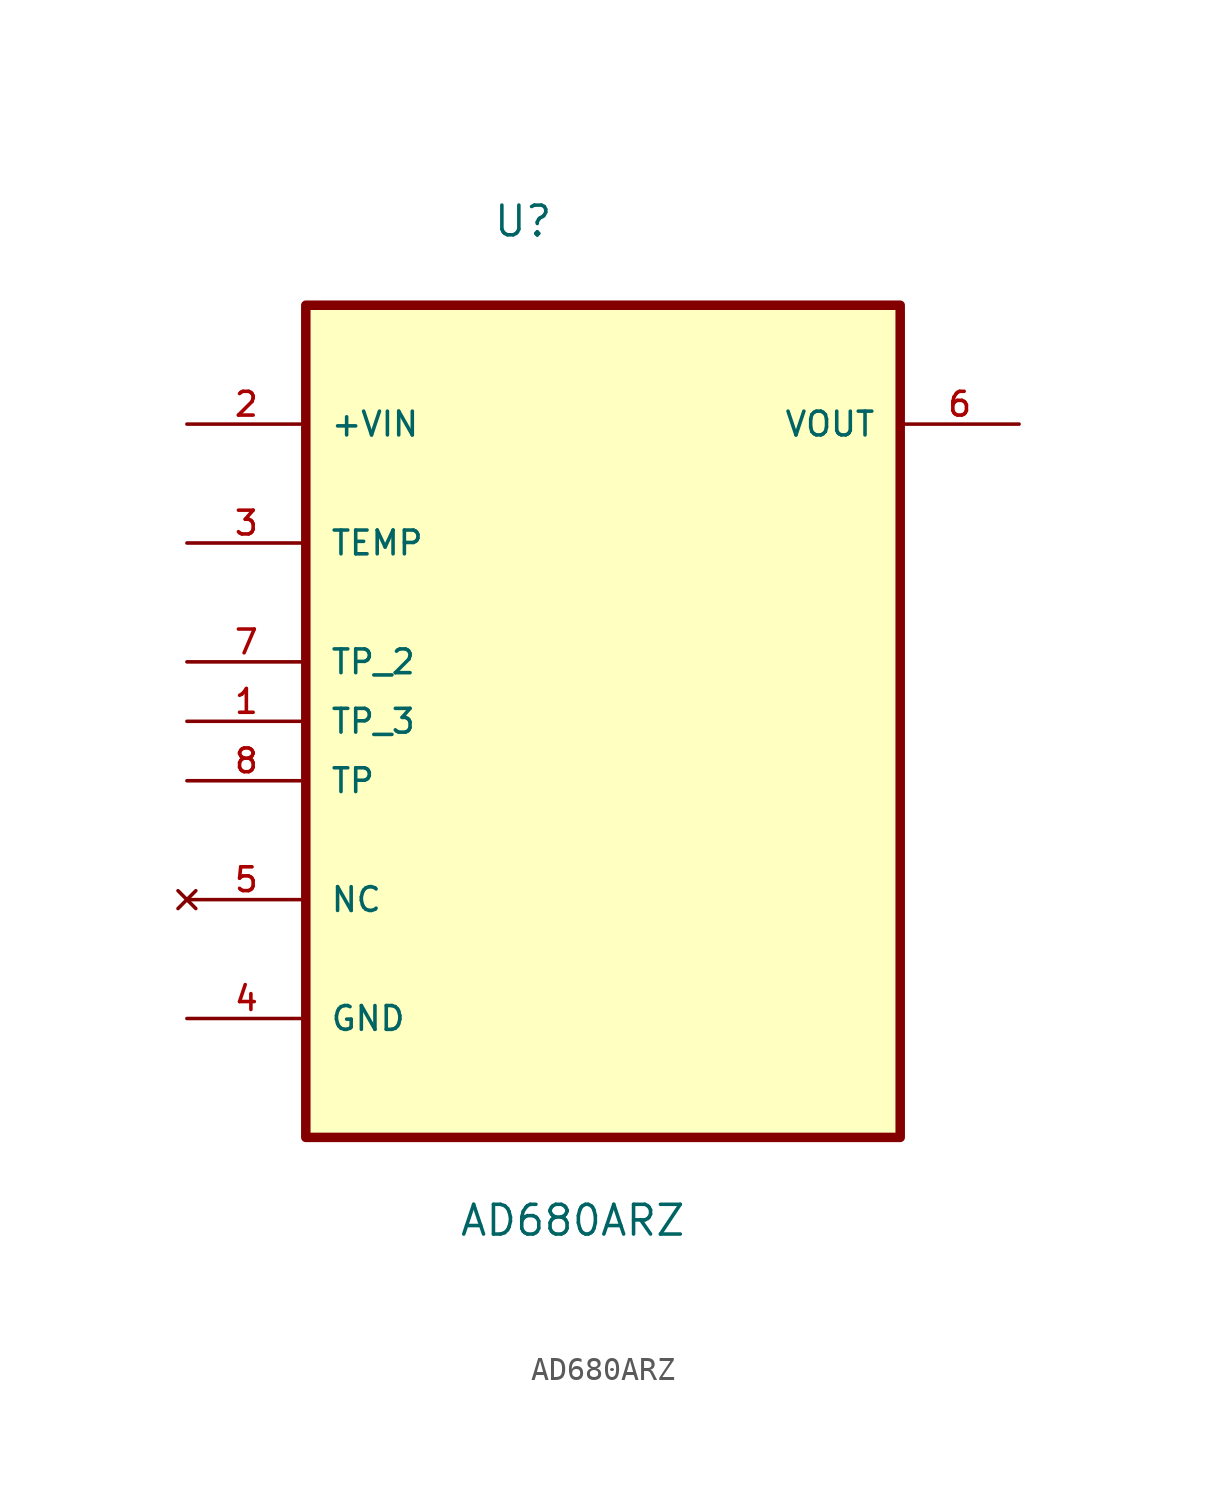
<source format=kicad_sym>
(kicad_symbol_lib
  (version 20231120)
  (generator "kicad_symbol_editor")
  (generator_version "8.0")
  (symbol "AD680ARZ"
    (pin_names
      (offset 1.016))
    (property "Reference" "U"
      (at -4.724 18.085 0)
      (effects (font (size 1.27 1.27)) (justify left bottom)))
    (property "Value" "AD680ARZ"
      (at -6.172 -24.613 0)
      (effects (font (size 1.27 1.27)) (justify left bottom)))
    (symbol "AD680ARZ_0_0"
      (rectangle (start -12.7 15.24) (end 12.7 -20.32) (stroke (width 0.406) (type default)) (fill (type background)))
      (pin passive line (at -17.78 -2.54 0) (length 5.08) (name "TP_3" (effects (font (size 1.016 1.016)))) (number "1" (effects (font (size 1.016 1.016)))))
      (pin power_in line (at -17.78 10.16 0) (length 5.08) (name "+VIN" (effects (font (size 1.016 1.016)))) (number "2" (effects (font (size 1.016 1.016)))))
      (pin passive line (at -17.78 5.08 0) (length 5.08) (name "TEMP" (effects (font (size 1.016 1.016)))) (number "3" (effects (font (size 1.016 1.016)))))
      (pin passive line (at -17.78 -15.24 0) (length 5.08) (name "GND" (effects (font (size 1.016 1.016)))) (number "4" (effects (font (size 1.016 1.016)))))
      (pin no_connect line (at -17.78 -10.16 0) (length 5.08) (name "NC" (effects (font (size 1.016 1.016)))) (number "5" (effects (font (size 1.016 1.016)))))
      (pin passive line (at -17.78 0 0) (length 5.08) (name "TP_2" (effects (font (size 1.016 1.016)))) (number "7" (effects (font (size 1.016 1.016)))))
      (pin passive line (at -17.78 -5.08 0) (length 5.08) (name "TP" (effects (font (size 1.016 1.016)))) (number "8" (effects (font (size 1.016 1.016))))))
    (symbol "AD680ARZ_1_0"
      (pin passive line (at 17.78 10.16 180) (length 5.08) (name "VOUT" (effects (font (size 1.016 1.016)))) (number "6" (effects (font (size 1.016 1.016))))))))
</source>
